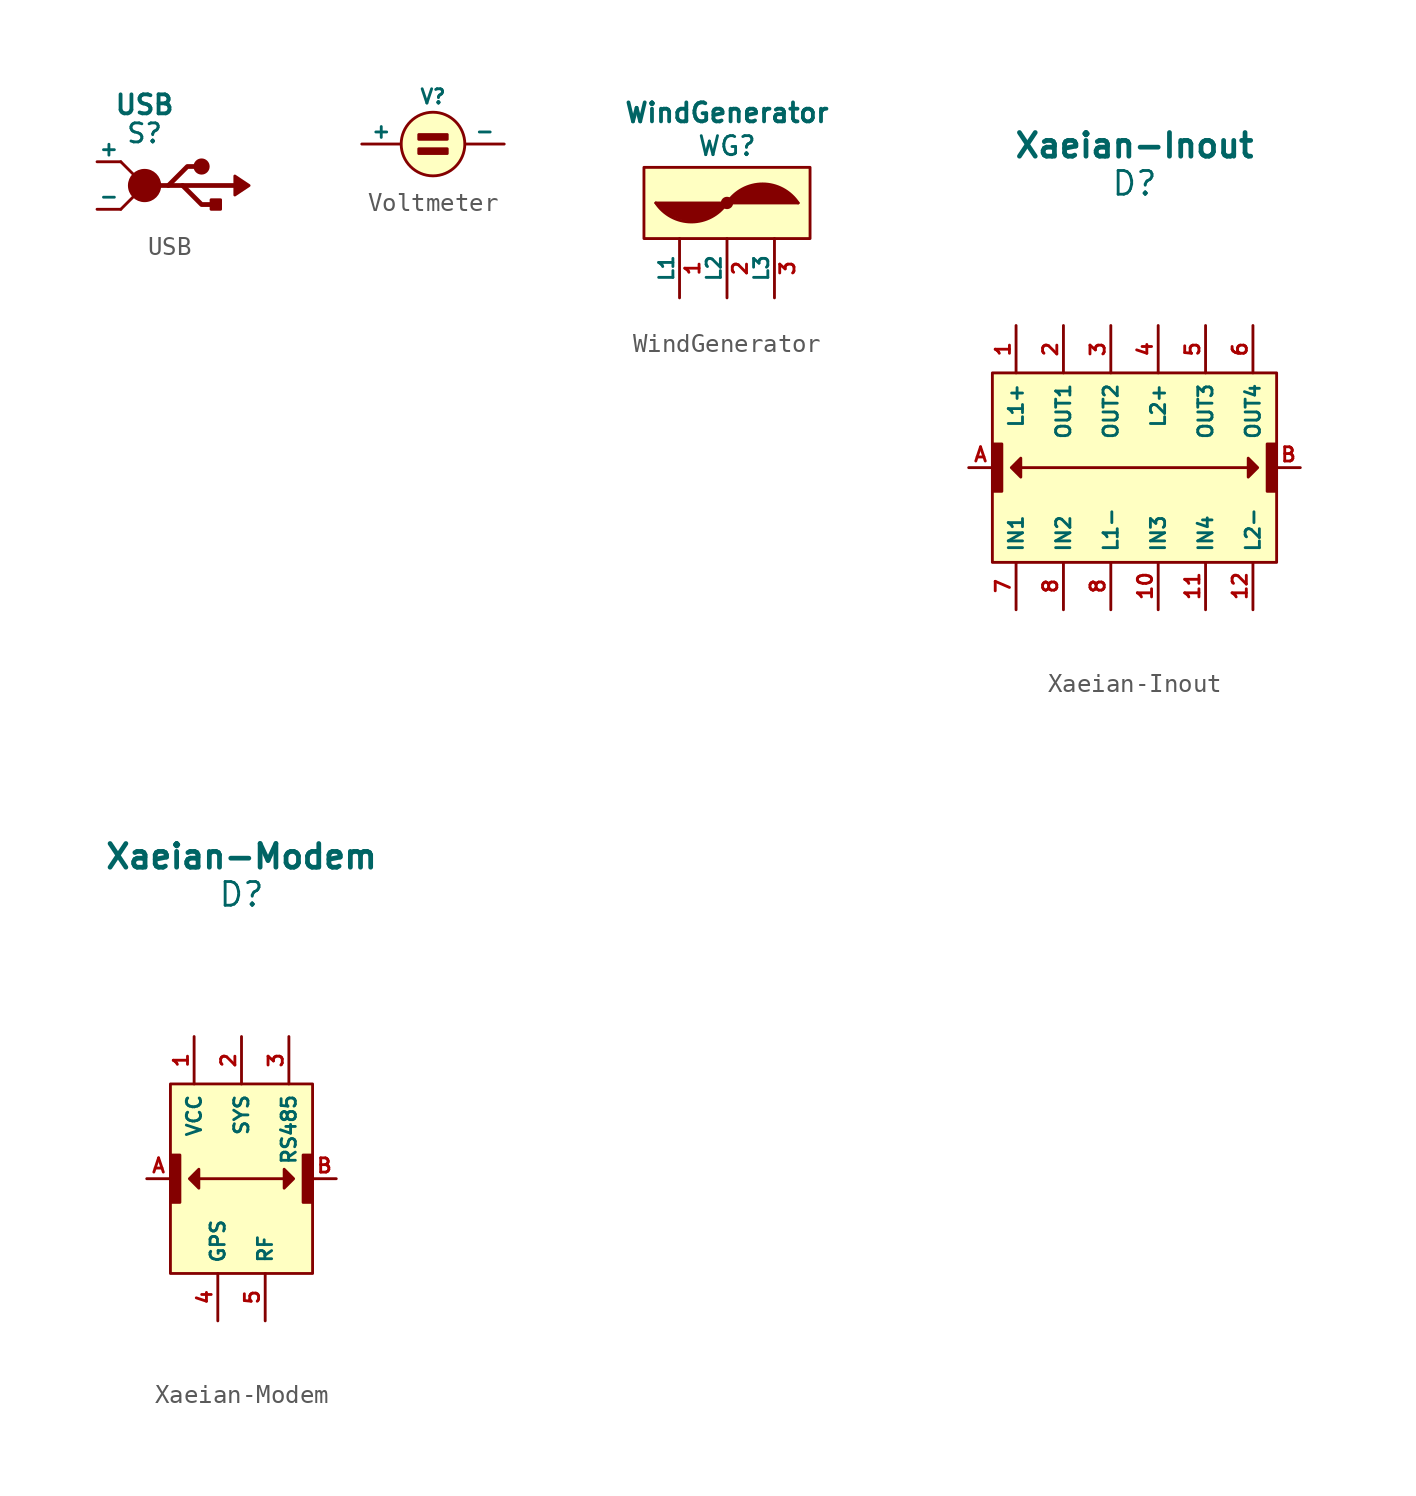
<source format=kicad_sym>
(kicad_symbol_lib
  (version 20231120)
  (generator "kicad_symbol_editor")
  (generator_version "8.0")
  (symbol "USB"
    (pin_numbers hide)
    (pin_names
      (offset 0))
    (property "Reference" "S"
      (at 0 2.794 0)
      (effects (font (size 1.016 1.016))))
    (property "Value" "USB"
      (at 0 4.318 0)
      (effects (font (size 1.016 1.016) (bold yes))))
    (symbol "USB_0_1"
      (polyline (pts (xy -1.27 1.27) (xy 0 0)) (stroke (width 0) (type solid)) (fill (type none)))
      (polyline (pts (xy 0 0) (xy -1.27 -1.27)) (stroke (width 0) (type solid)) (fill (type none)))
      (polyline (pts (xy 4.826 0) (xy 0.762 0)) (stroke (width 0.254) (type solid)) (fill (type none)))
      (polyline (pts (xy 1.27 0) (xy 2.286 1.016) (xy 3.048 1.016)) (stroke (width 0.254) (type solid)) (fill (type none)))
      (polyline (pts (xy 3.556 -1.016) (xy 3.048 -1.016) (xy 2.032 0)) (stroke (width 0.254) (type solid)) (fill (type none)))
      (polyline (pts (xy 4.826 0.508) (xy 4.826 -0.508) (xy 5.588 0) (xy 4.826 0.508)) (stroke (width 0) (type solid)) (fill (type outline)))
      (polyline (pts (xy 3.556 -0.762) (xy 3.556 -1.27) (xy 4.064 -1.27) (xy 4.064 -0.762) (xy 3.556 -0.762)) (stroke (width 0) (type solid)) (fill (type outline)))
      (circle (center 0 0) (radius 0.813) (stroke (width 0) (type solid)) (fill (type outline)))
      (circle (center 3.048 1.016) (radius 0.356) (stroke (width 0) (type solid)) (fill (type outline))))
    (symbol "USB_1_1"
      (pin passive line (at -2.54 1.27 0) (length 1.27) (name "+" (effects (font (size 0.762 0.762)))) (number "1" (effects (font (size 0.762 0.762)))))
      (pin passive line (at -2.54 -1.27 0) (length 1.27) (name "-" (effects (font (size 0.762 0.762)))) (number "2" (effects (font (size 0.762 0.762)))))))
  (symbol "Voltmeter"
    (pin_numbers hide)
    (pin_names
      (offset 0))
    (property "Reference" "V"
      (at 0 2.54 0)
      (effects (font (size 0.762 0.762) (bold yes))))
    (symbol "Voltmeter_0_1"
      (polyline (pts (xy -0.762 -0.254) (xy -0.762 -0.508) (xy 0.762 -0.508) (xy 0.762 -0.254) (xy -0.762 -0.254)) (stroke (width 0) (type solid)) (fill (type outline)))
      (polyline (pts (xy -0.762 0.508) (xy -0.762 0.254) (xy 0.762 0.254) (xy 0.762 0.508) (xy -0.762 0.508)) (stroke (width 0) (type solid)) (fill (type outline))))
    (symbol "Voltmeter_1_1"
      (circle (center 0 0) (radius 1.702) (stroke (width 0) (type solid)) (fill (type background)))
      (pin power_out line (at -3.81 0 0) (length 2.083) (name "+" (effects (font (size 0.762 0.762)))) (number "1" (effects (font (size 0.762 0.762)))))
      (pin power_out line (at 3.81 0 180) (length 2.083) (name "-" (effects (font (size 0.762 0.762)))) (number "2" (effects (font (size 0.762 0.762)))))))
  (symbol "WindGenerator"
    (pin_names
      (offset 0))
    (property "Reference" "WG"
      (at 0 3.048 0)
      (effects (font (size 1.016 1.016))))
    (property "Value" "WindGenerator"
      (at 0 4.826 0)
      (effects (font (size 1.016 1.016) (bold yes))))
    (symbol "WindGenerator_0_1"
      (arc (start -3.81 0) (mid -1.905 -1.0195) (end 0 0) (stroke (width 0) (type solid)) (fill (type none)))
      (polyline (pts (xy 3.81 0) (xy -3.81 0)) (stroke (width 0) (type solid)) (fill (type none)))
      (polyline (pts (xy 4.445 1.905) (xy 4.445 -1.905) (xy -4.445 -1.905) (xy -4.445 1.905) (xy 4.445 1.905)) (stroke (width 0) (type solid)) (fill (type background)))
      (polyline (pts (xy -3.81 0) (xy -3.175 -0.635) (xy -2.54 -0.889) (xy -1.905 -1.016) (xy -1.143 -0.889) (xy -0.635 -0.635) (xy 0 0) (xy -3.81 0)) (stroke (width 0.025) (type solid)) (fill (type outline)))
      (polyline (pts (xy 3.81 0) (xy 3.175 0.635) (xy 2.54 0.889) (xy 1.905 1.016) (xy 1.143 0.889) (xy 0.635 0.635) (xy 0 0) (xy 3.81 0)) (stroke (width 0.025) (type solid)) (fill (type outline)))
      (circle (center 0 0) (radius 0.254) (stroke (width 0) (type solid)) (fill (type outline)))
      (arc (start 3.81 0) (mid 1.905 1.0195) (end 0 0) (stroke (width 0) (type solid)) (fill (type none))))
    (symbol "WindGenerator_1_1"
      (pin passive line (at -2.54 -5.08 90) (length 3.175) (name "L1" (effects (font (size 0.762 0.762)))) (number "1" (effects (font (size 0.762 0.762)))))
      (pin passive line (at 0 -5.08 90) (length 3.175) (name "L2" (effects (font (size 0.762 0.762)))) (number "2" (effects (font (size 0.762 0.762)))))
      (pin passive line (at 2.54 -5.08 90) (length 3.175) (name "L3" (effects (font (size 0.762 0.762)))) (number "3" (effects (font (size 0.762 0.762)))))))
  (symbol "Xaeian-Inout"
    (property "Reference" "D"
      (at 0 15.24 0)
      (effects (font (size 1.27 1.27))))
    (property "Value" "Xaeian-Inout"
      (at 0 17.272 0)
      (effects (font (size 1.27 1.27) (bold yes))))
    (symbol "Xaeian-Inout_0_1"
      (polyline (pts (xy -6.096 0) (xy -6.096 0)) (stroke (width 0) (type solid)) (fill (type none)))
      (polyline (pts (xy 6.096 0) (xy -6.096 0)) (stroke (width 0) (type solid)) (fill (type none)))
      (polyline (pts (xy -7.62 1.27) (xy -7.112 1.27) (xy -7.112 -1.27) (xy -7.62 -1.27)) (stroke (width 0) (type solid)) (fill (type outline)))
      (polyline (pts (xy -6.604 0) (xy -6.096 0.508) (xy -6.096 -0.508) (xy -6.604 0)) (stroke (width 0) (type solid)) (fill (type outline)))
      (polyline (pts (xy 6.604 0) (xy 6.096 -0.508) (xy 6.096 0.508) (xy 6.604 0)) (stroke (width 0) (type solid)) (fill (type outline)))
      (polyline (pts (xy 7.62 -1.27) (xy 7.112 -1.27) (xy 7.112 1.27) (xy 7.62 1.27)) (stroke (width 0) (type solid)) (fill (type outline)))
      (rectangle (start 7.62 -5.08) (end -7.62 5.08) (stroke (width 0) (type solid)) (fill (type background))))
    (symbol "Xaeian-Inout_1_1"
      (pin passive line (at -6.35 7.62 270) (length 2.54) (name "L1+" (effects (font (size 0.762 0.762)))) (number "1" (effects (font (size 0.762 0.762)))))
      (pin passive line (at 1.27 -7.62 90) (length 2.54) (name "IN3" (effects (font (size 0.762 0.762)))) (number "10" (effects (font (size 0.762 0.762)))))
      (pin passive line (at 3.81 -7.62 90) (length 2.54) (name "IN4" (effects (font (size 0.762 0.762)))) (number "11" (effects (font (size 0.762 0.762)))))
      (pin passive line (at 6.35 -7.62 90) (length 2.54) (name "L2-" (effects (font (size 0.762 0.762)))) (number "12" (effects (font (size 0.762 0.762)))))
      (pin passive line (at -3.81 7.62 270) (length 2.54) (name "OUT1" (effects (font (size 0.762 0.762)))) (number "2" (effects (font (size 0.762 0.762)))))
      (pin passive line (at -1.27 7.62 270) (length 2.54) (name "OUT2" (effects (font (size 0.762 0.762)))) (number "3" (effects (font (size 0.762 0.762)))))
      (pin passive line (at 1.27 7.62 270) (length 2.54) (name "L2+" (effects (font (size 0.762 0.762)))) (number "4" (effects (font (size 0.762 0.762)))))
      (pin passive line (at 3.81 7.62 270) (length 2.54) (name "OUT3" (effects (font (size 0.762 0.762)))) (number "5" (effects (font (size 0.762 0.762)))))
      (pin passive line (at 6.35 7.62 270) (length 2.54) (name "OUT4" (effects (font (size 0.762 0.762)))) (number "6" (effects (font (size 0.762 0.762)))))
      (pin passive line (at -6.35 -7.62 90) (length 2.54) (name "IN1" (effects (font (size 0.762 0.762)))) (number "7" (effects (font (size 0.762 0.762)))))
      (pin passive line (at -3.81 -7.62 90) (length 2.54) (name "IN2" (effects (font (size 0.762 0.762)))) (number "8" (effects (font (size 0.762 0.762)))))
      (pin passive line (at -1.27 -7.62 90) (length 2.54) (name "L1-" (effects (font (size 0.762 0.762)))) (number "8" (effects (font (size 0.762 0.762)))))
      (pin passive line (at -8.89 0 0) (length 1.27) (name "~" (effects (font (size 0.762 0.762)))) (number "A" (effects (font (size 0.762 0.762)))))
      (pin passive line (at 8.89 0 180) (length 1.27) (name "~" (effects (font (size 0.762 0.762)))) (number "B" (effects (font (size 0.762 0.762)))))))
  (symbol "Xaeian-Modem"
    (property "Reference" "D"
      (at 0 15.24 0)
      (effects (font (size 1.27 1.27))))
    (property "Value" "Xaeian-Modem"
      (at 0 17.272 0)
      (effects (font (size 1.27 1.27) (bold yes))))
    (symbol "Xaeian-Modem_0_1"
      (polyline (pts (xy -2.286 0) (xy -2.286 0)) (stroke (width 0) (type solid)) (fill (type none)))
      (polyline (pts (xy 2.286 0) (xy -2.286 0)) (stroke (width 0) (type solid)) (fill (type none)))
      (polyline (pts (xy -3.81 1.27) (xy -3.302 1.27) (xy -3.302 -1.27) (xy -3.81 -1.27)) (stroke (width 0) (type solid)) (fill (type outline)))
      (polyline (pts (xy -2.794 0) (xy -2.286 0.508) (xy -2.286 -0.508) (xy -2.794 0)) (stroke (width 0) (type solid)) (fill (type outline)))
      (polyline (pts (xy 2.794 0) (xy 2.286 -0.508) (xy 2.286 0.508) (xy 2.794 0)) (stroke (width 0) (type solid)) (fill (type outline)))
      (polyline (pts (xy 3.81 -1.27) (xy 3.302 -1.27) (xy 3.302 1.27) (xy 3.81 1.27)) (stroke (width 0) (type solid)) (fill (type outline)))
      (rectangle (start 3.81 -5.08) (end -3.81 5.08) (stroke (width 0) (type solid)) (fill (type background))))
    (symbol "Xaeian-Modem_1_1"
      (pin passive line (at -2.54 7.62 270) (length 2.54) (name "VCC" (effects (font (size 0.762 0.762)))) (number "1" (effects (font (size 0.762 0.762)))))
      (pin passive line (at 0 7.62 270) (length 2.54) (name "SYS" (effects (font (size 0.762 0.762)))) (number "2" (effects (font (size 0.762 0.762)))))
      (pin passive line (at 2.54 7.62 270) (length 2.54) (name "RS485" (effects (font (size 0.762 0.762)))) (number "3" (effects (font (size 0.762 0.762)))))
      (pin passive line (at -1.27 -7.62 90) (length 2.54) (name "GPS" (effects (font (size 0.762 0.762)))) (number "4" (effects (font (size 0.762 0.762)))))
      (pin passive line (at 1.27 -7.62 90) (length 2.54) (name "RF" (effects (font (size 0.762 0.762)))) (number "5" (effects (font (size 0.762 0.762)))))
      (pin passive line (at -5.08 0 0) (length 1.27) (name "~" (effects (font (size 0.762 0.762)))) (number "A" (effects (font (size 0.762 0.762)))))
      (pin passive line (at 5.08 0 180) (length 1.27) (name "~" (effects (font (size 0.762 0.762)))) (number "B" (effects (font (size 0.762 0.762))))))))
</source>
